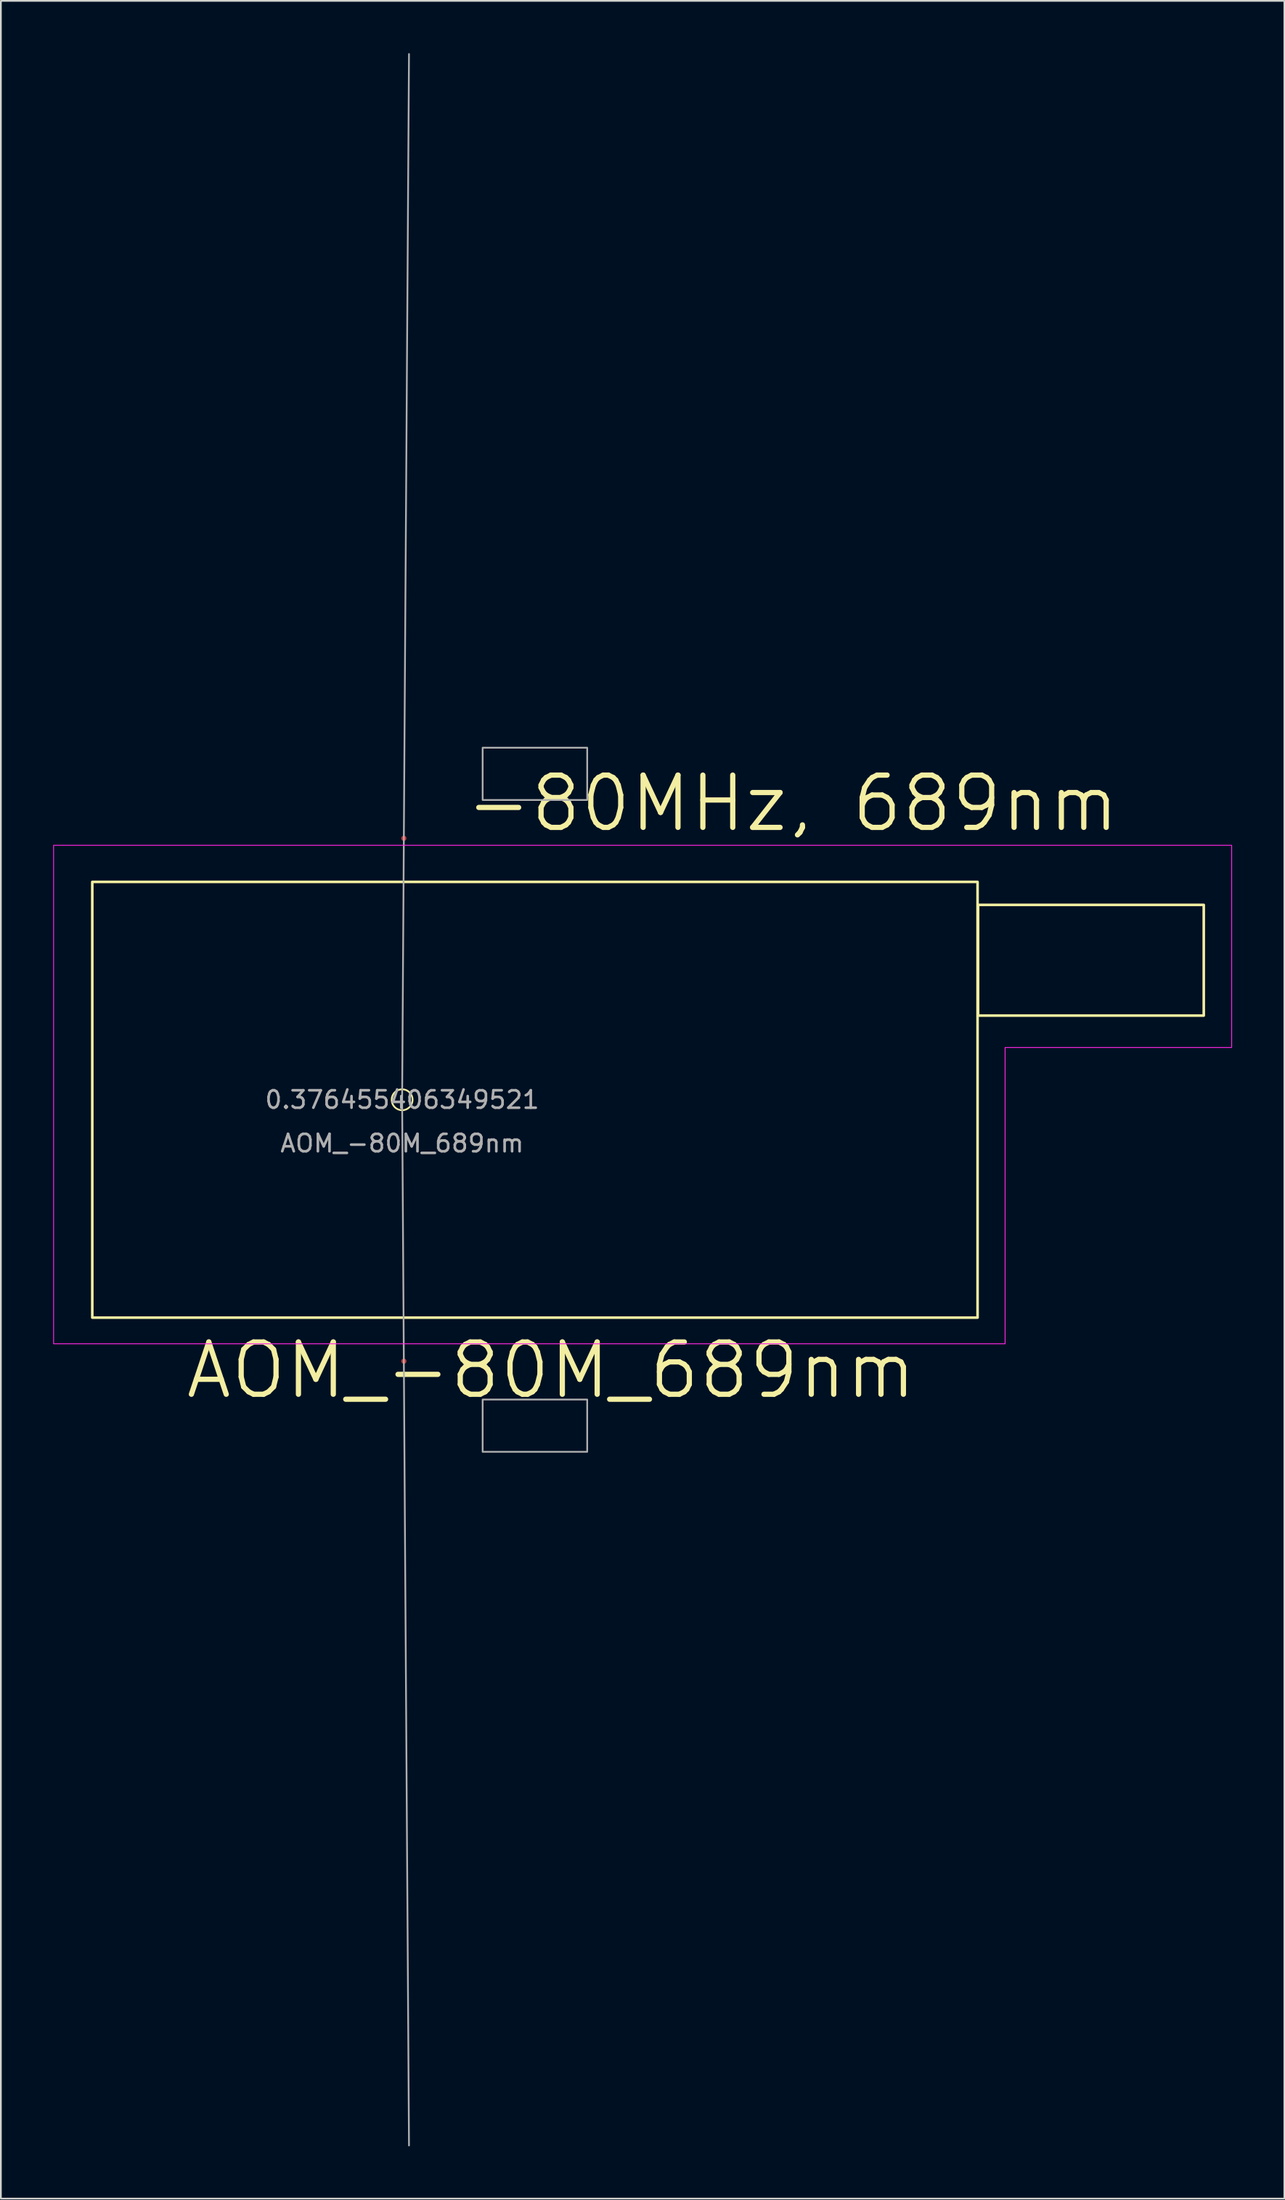
<source format=kicad_pcb>
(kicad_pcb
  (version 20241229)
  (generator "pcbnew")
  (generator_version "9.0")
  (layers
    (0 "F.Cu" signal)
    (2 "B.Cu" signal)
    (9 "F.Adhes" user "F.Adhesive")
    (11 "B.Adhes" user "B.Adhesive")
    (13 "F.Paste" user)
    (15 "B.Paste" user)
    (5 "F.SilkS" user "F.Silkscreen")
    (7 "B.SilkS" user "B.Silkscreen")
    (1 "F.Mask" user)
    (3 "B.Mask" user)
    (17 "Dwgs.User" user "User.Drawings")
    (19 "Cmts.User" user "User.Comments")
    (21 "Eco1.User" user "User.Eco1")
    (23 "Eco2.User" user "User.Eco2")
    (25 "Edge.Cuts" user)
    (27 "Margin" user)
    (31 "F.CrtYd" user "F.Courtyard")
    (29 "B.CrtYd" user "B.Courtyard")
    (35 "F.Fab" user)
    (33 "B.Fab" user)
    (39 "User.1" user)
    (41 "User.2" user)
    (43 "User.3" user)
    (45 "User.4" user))
  (footprint "AOM_-80M_689nm"
    (layer "F.Cu")
    (at 20.025 60.049)
    (property "Reference" "AOM_-80M_689nm" (at 8.55 15.525 0) (unlocked yes) (layer "F.SilkS") (effects (font (size 3 3) (thickness 0.3))))
    (property "Frequency" "-80MHz, 689nm" (at 22.4 -17 0) (layer "F.SilkS") (effects (font (size 3 3) (thickness 0.3))))
    (property "Angle" "0.376455406349521" (at 0 0 0) (layer "F.Fab") (effects (font (size 1 1) (thickness 0.15))))
    (attr smd)
    (fp_rect (start -17.78 -12.5) (end 33.02 12.5) (stroke (width 0.15) (type default)) (fill no) (layer "F.SilkS"))
    (fp_rect (start 33.05 -11.18) (end 46 -4.83) (stroke (width 0.15) (type default)) (fill no) (layer "F.SilkS"))
    (fp_circle (center 0 0) (end 0.6 0) (stroke (width 0.1) (type default)) (fill no) (layer "F.SilkS"))
    (fp_poly (pts (xy -20 -14.6) (xy -20 14) (xy 34.6 14) (xy 34.6 -3) (xy 47.6 -3) (xy 47.6 -14.6)) (stroke (width 0.05) (type solid)) (fill no) (layer "F.CrtYd"))
    (fp_line (start 0 0) (end 0.394 -59.999) (stroke (width 0.1) (type default)) (layer "F.Fab"))
    (fp_line (start 0 0) (end 0.394 59.999) (stroke (width 0.1) (type default)) (layer "F.Fab"))
    (fp_rect (start 4.62 -20.2) (end 10.62 -17.2) (stroke (width 0.1) (type solid)) (fill no) (layer "F.Fab"))
    (fp_rect (start 4.62 20.2) (end 10.62 17.2) (stroke (width 0.1) (type solid)) (fill no) (layer "F.Fab"))
    (fp_text user "${REFERENCE}" (at 0 2.5 0) (unlocked yes) (layer "F.Fab") (effects (font (size 1 1) (thickness 0.15))))
    (pad "1" smd circle (at 0.099 -15) (size 0.3 0.3) (layers "F.Cu" "F.Mask" "F.Paste"))
    (pad "2" smd circle (at 0.099 15) (size 0.3 0.3) (layers "F.Cu" "F.Mask" "F.Paste")))
  (gr_rect
    (start -3 -3)
    (end 70.65 123.097)
    (stroke (width 0.1) (type default))
    (fill no)
    (layer "Edge.Cuts")))
</source>
